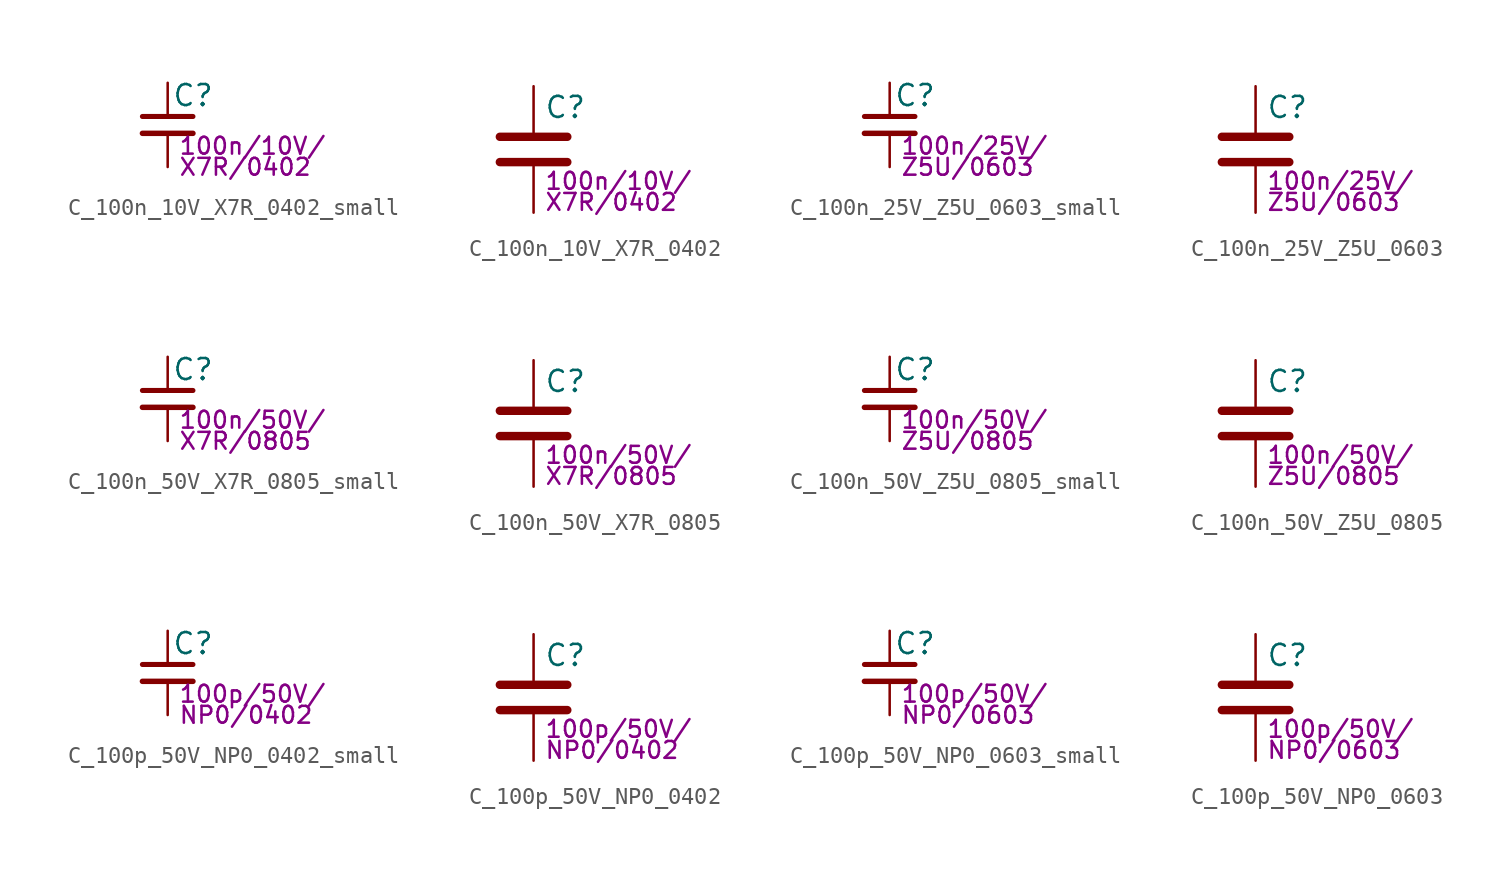
<source format=kicad_sym>
(kicad_symbol_lib
  (version 20211014)
  (generator kicad_symbol_editor)
  (symbol "C_100n_10V_X7R_0402_small"
    (pin_numbers hide)
    (pin_names
      (offset 0.254) hide)
    (property "Reference" "C"
      (at 0.254 1.778 0)
      (effects (font (size 1.27 1.27)) (justify left)))
    (property "Params" "100n/10V/"
      (at 0.635 -1.27 0)
      (effects (font (size 1.016 1.016)) (justify left)))
    (property "Params2" "X7R/0402"
      (at 0.635 -2.54 0)
      (effects (font (size 1.016 1.016)) (justify left)))
    (symbol "C_100n_10V_X7R_0402_small_0_1"
      (polyline (pts (xy -1.524 -0.508) (xy 1.524 -0.508)) (stroke (width 0.33) (type default) (color 0 0 0 0)) (fill (type none)))
      (polyline (pts (xy -1.524 0.508) (xy 1.524 0.508)) (stroke (width 0.305) (type default) (color 0 0 0 0)) (fill (type none))))
    (symbol "C_100n_10V_X7R_0402_small_1_1"
      (pin passive line (at 0 2.54 270) (length 2.032) (name "~" (effects (font (size 1.27 1.27)))) (number "1" (effects (font (size 1.27 1.27)))))
      (pin passive line (at 0 -2.54 90) (length 2.032) (name "~" (effects (font (size 1.27 1.27)))) (number "2" (effects (font (size 1.27 1.27)))))))
  (symbol "C_100n_10V_X7R_0402"
    (pin_numbers hide)
    (pin_names
      (offset 0.254))
    (property "Reference" "C"
      (at 0.635 2.54 0)
      (effects (font (size 1.27 1.27)) (justify left)))
    (property "Params" "100n/10V/"
      (at 0.635 -1.905 0)
      (effects (font (size 1.016 1.016)) (justify left)))
    (property "Params2" "X7R/0402"
      (at 0.635 -3.175 0)
      (effects (font (size 1.016 1.016)) (justify left)))
    (symbol "C_100n_10V_X7R_0402_0_1"
      (polyline (pts (xy -2.032 -0.762) (xy 2.032 -0.762)) (stroke (width 0.508) (type default) (color 0 0 0 0)) (fill (type none)))
      (polyline (pts (xy -2.032 0.762) (xy 2.032 0.762)) (stroke (width 0.508) (type default) (color 0 0 0 0)) (fill (type none))))
    (symbol "C_100n_10V_X7R_0402_1_1"
      (pin passive line (at 0 3.81 270) (length 2.794) (name "~" (effects (font (size 1.27 1.27)))) (number "1" (effects (font (size 1.27 1.27)))))
      (pin passive line (at 0 -3.81 90) (length 2.794) (name "~" (effects (font (size 1.27 1.27)))) (number "2" (effects (font (size 1.27 1.27)))))))
  (symbol "C_100n_25V_Z5U_0603_small"
    (pin_numbers hide)
    (pin_names
      (offset 0.254) hide)
    (property "Reference" "C"
      (at 0.254 1.778 0)
      (effects (font (size 1.27 1.27)) (justify left)))
    (property "Params" "100n/25V/"
      (at 0.635 -1.27 0)
      (effects (font (size 1.016 1.016)) (justify left)))
    (property "Params2" "Z5U/0603"
      (at 0.635 -2.54 0)
      (effects (font (size 1.016 1.016)) (justify left)))
    (symbol "C_100n_25V_Z5U_0603_small_0_1"
      (polyline (pts (xy -1.524 -0.508) (xy 1.524 -0.508)) (stroke (width 0.33) (type default) (color 0 0 0 0)) (fill (type none)))
      (polyline (pts (xy -1.524 0.508) (xy 1.524 0.508)) (stroke (width 0.305) (type default) (color 0 0 0 0)) (fill (type none))))
    (symbol "C_100n_25V_Z5U_0603_small_1_1"
      (pin passive line (at 0 2.54 270) (length 2.032) (name "~" (effects (font (size 1.27 1.27)))) (number "1" (effects (font (size 1.27 1.27)))))
      (pin passive line (at 0 -2.54 90) (length 2.032) (name "~" (effects (font (size 1.27 1.27)))) (number "2" (effects (font (size 1.27 1.27)))))))
  (symbol "C_100n_25V_Z5U_0603"
    (pin_numbers hide)
    (pin_names
      (offset 0.254))
    (property "Reference" "C"
      (at 0.635 2.54 0)
      (effects (font (size 1.27 1.27)) (justify left)))
    (property "Params" "100n/25V/"
      (at 0.635 -1.905 0)
      (effects (font (size 1.016 1.016)) (justify left)))
    (property "Params2" "Z5U/0603"
      (at 0.635 -3.175 0)
      (effects (font (size 1.016 1.016)) (justify left)))
    (symbol "C_100n_25V_Z5U_0603_0_1"
      (polyline (pts (xy -2.032 -0.762) (xy 2.032 -0.762)) (stroke (width 0.508) (type default) (color 0 0 0 0)) (fill (type none)))
      (polyline (pts (xy -2.032 0.762) (xy 2.032 0.762)) (stroke (width 0.508) (type default) (color 0 0 0 0)) (fill (type none))))
    (symbol "C_100n_25V_Z5U_0603_1_1"
      (pin passive line (at 0 3.81 270) (length 2.794) (name "~" (effects (font (size 1.27 1.27)))) (number "1" (effects (font (size 1.27 1.27)))))
      (pin passive line (at 0 -3.81 90) (length 2.794) (name "~" (effects (font (size 1.27 1.27)))) (number "2" (effects (font (size 1.27 1.27)))))))
  (symbol "C_100n_50V_X7R_0805_small"
    (pin_numbers hide)
    (pin_names
      (offset 0.254) hide)
    (property "Reference" "C"
      (at 0.254 1.778 0)
      (effects (font (size 1.27 1.27)) (justify left)))
    (property "Params" "100n/50V/"
      (at 0.635 -1.27 0)
      (effects (font (size 1.016 1.016)) (justify left)))
    (property "Params2" "X7R/0805"
      (at 0.635 -2.54 0)
      (effects (font (size 1.016 1.016)) (justify left)))
    (symbol "C_100n_50V_X7R_0805_small_0_1"
      (polyline (pts (xy -1.524 -0.508) (xy 1.524 -0.508)) (stroke (width 0.33) (type default) (color 0 0 0 0)) (fill (type none)))
      (polyline (pts (xy -1.524 0.508) (xy 1.524 0.508)) (stroke (width 0.305) (type default) (color 0 0 0 0)) (fill (type none))))
    (symbol "C_100n_50V_X7R_0805_small_1_1"
      (pin passive line (at 0 2.54 270) (length 2.032) (name "~" (effects (font (size 1.27 1.27)))) (number "1" (effects (font (size 1.27 1.27)))))
      (pin passive line (at 0 -2.54 90) (length 2.032) (name "~" (effects (font (size 1.27 1.27)))) (number "2" (effects (font (size 1.27 1.27)))))))
  (symbol "C_100n_50V_X7R_0805"
    (pin_numbers hide)
    (pin_names
      (offset 0.254))
    (property "Reference" "C"
      (at 0.635 2.54 0)
      (effects (font (size 1.27 1.27)) (justify left)))
    (property "Params" "100n/50V/"
      (at 0.635 -1.905 0)
      (effects (font (size 1.016 1.016)) (justify left)))
    (property "Params2" "X7R/0805"
      (at 0.635 -3.175 0)
      (effects (font (size 1.016 1.016)) (justify left)))
    (symbol "C_100n_50V_X7R_0805_0_1"
      (polyline (pts (xy -2.032 -0.762) (xy 2.032 -0.762)) (stroke (width 0.508) (type default) (color 0 0 0 0)) (fill (type none)))
      (polyline (pts (xy -2.032 0.762) (xy 2.032 0.762)) (stroke (width 0.508) (type default) (color 0 0 0 0)) (fill (type none))))
    (symbol "C_100n_50V_X7R_0805_1_1"
      (pin passive line (at 0 3.81 270) (length 2.794) (name "~" (effects (font (size 1.27 1.27)))) (number "1" (effects (font (size 1.27 1.27)))))
      (pin passive line (at 0 -3.81 90) (length 2.794) (name "~" (effects (font (size 1.27 1.27)))) (number "2" (effects (font (size 1.27 1.27)))))))
  (symbol "C_100n_50V_Z5U_0805_small"
    (pin_numbers hide)
    (pin_names
      (offset 0.254) hide)
    (property "Reference" "C"
      (at 0.254 1.778 0)
      (effects (font (size 1.27 1.27)) (justify left)))
    (property "Params" "100n/50V/"
      (at 0.635 -1.27 0)
      (effects (font (size 1.016 1.016)) (justify left)))
    (property "Params2" "Z5U/0805"
      (at 0.635 -2.54 0)
      (effects (font (size 1.016 1.016)) (justify left)))
    (symbol "C_100n_50V_Z5U_0805_small_0_1"
      (polyline (pts (xy -1.524 -0.508) (xy 1.524 -0.508)) (stroke (width 0.33) (type default) (color 0 0 0 0)) (fill (type none)))
      (polyline (pts (xy -1.524 0.508) (xy 1.524 0.508)) (stroke (width 0.305) (type default) (color 0 0 0 0)) (fill (type none))))
    (symbol "C_100n_50V_Z5U_0805_small_1_1"
      (pin passive line (at 0 2.54 270) (length 2.032) (name "~" (effects (font (size 1.27 1.27)))) (number "1" (effects (font (size 1.27 1.27)))))
      (pin passive line (at 0 -2.54 90) (length 2.032) (name "~" (effects (font (size 1.27 1.27)))) (number "2" (effects (font (size 1.27 1.27)))))))
  (symbol "C_100n_50V_Z5U_0805"
    (pin_numbers hide)
    (pin_names
      (offset 0.254))
    (property "Reference" "C"
      (at 0.635 2.54 0)
      (effects (font (size 1.27 1.27)) (justify left)))
    (property "Params" "100n/50V/"
      (at 0.635 -1.905 0)
      (effects (font (size 1.016 1.016)) (justify left)))
    (property "Params2" "Z5U/0805"
      (at 0.635 -3.175 0)
      (effects (font (size 1.016 1.016)) (justify left)))
    (symbol "C_100n_50V_Z5U_0805_0_1"
      (polyline (pts (xy -2.032 -0.762) (xy 2.032 -0.762)) (stroke (width 0.508) (type default) (color 0 0 0 0)) (fill (type none)))
      (polyline (pts (xy -2.032 0.762) (xy 2.032 0.762)) (stroke (width 0.508) (type default) (color 0 0 0 0)) (fill (type none))))
    (symbol "C_100n_50V_Z5U_0805_1_1"
      (pin passive line (at 0 3.81 270) (length 2.794) (name "~" (effects (font (size 1.27 1.27)))) (number "1" (effects (font (size 1.27 1.27)))))
      (pin passive line (at 0 -3.81 90) (length 2.794) (name "~" (effects (font (size 1.27 1.27)))) (number "2" (effects (font (size 1.27 1.27)))))))
  (symbol "C_100p_50V_NP0_0402_small"
    (pin_numbers hide)
    (pin_names
      (offset 0.254) hide)
    (property "Reference" "C"
      (at 0.254 1.778 0)
      (effects (font (size 1.27 1.27)) (justify left)))
    (property "Params" "100p/50V/"
      (at 0.635 -1.27 0)
      (effects (font (size 1.016 1.016)) (justify left)))
    (property "Params2" "NP0/0402"
      (at 0.635 -2.54 0)
      (effects (font (size 1.016 1.016)) (justify left)))
    (symbol "C_100p_50V_NP0_0402_small_0_1"
      (polyline (pts (xy -1.524 -0.508) (xy 1.524 -0.508)) (stroke (width 0.33) (type default) (color 0 0 0 0)) (fill (type none)))
      (polyline (pts (xy -1.524 0.508) (xy 1.524 0.508)) (stroke (width 0.305) (type default) (color 0 0 0 0)) (fill (type none))))
    (symbol "C_100p_50V_NP0_0402_small_1_1"
      (pin passive line (at 0 2.54 270) (length 2.032) (name "~" (effects (font (size 1.27 1.27)))) (number "1" (effects (font (size 1.27 1.27)))))
      (pin passive line (at 0 -2.54 90) (length 2.032) (name "~" (effects (font (size 1.27 1.27)))) (number "2" (effects (font (size 1.27 1.27)))))))
  (symbol "C_100p_50V_NP0_0402"
    (pin_numbers hide)
    (pin_names
      (offset 0.254))
    (property "Reference" "C"
      (at 0.635 2.54 0)
      (effects (font (size 1.27 1.27)) (justify left)))
    (property "Params" "100p/50V/"
      (at 0.635 -1.905 0)
      (effects (font (size 1.016 1.016)) (justify left)))
    (property "Params2" "NP0/0402"
      (at 0.635 -3.175 0)
      (effects (font (size 1.016 1.016)) (justify left)))
    (symbol "C_100p_50V_NP0_0402_0_1"
      (polyline (pts (xy -2.032 -0.762) (xy 2.032 -0.762)) (stroke (width 0.508) (type default) (color 0 0 0 0)) (fill (type none)))
      (polyline (pts (xy -2.032 0.762) (xy 2.032 0.762)) (stroke (width 0.508) (type default) (color 0 0 0 0)) (fill (type none))))
    (symbol "C_100p_50V_NP0_0402_1_1"
      (pin passive line (at 0 3.81 270) (length 2.794) (name "~" (effects (font (size 1.27 1.27)))) (number "1" (effects (font (size 1.27 1.27)))))
      (pin passive line (at 0 -3.81 90) (length 2.794) (name "~" (effects (font (size 1.27 1.27)))) (number "2" (effects (font (size 1.27 1.27)))))))
  (symbol "C_100p_50V_NP0_0603_small"
    (pin_numbers hide)
    (pin_names
      (offset 0.254) hide)
    (property "Reference" "C"
      (at 0.254 1.778 0)
      (effects (font (size 1.27 1.27)) (justify left)))
    (property "Params" "100p/50V/"
      (at 0.635 -1.27 0)
      (effects (font (size 1.016 1.016)) (justify left)))
    (property "Params2" "NP0/0603"
      (at 0.635 -2.54 0)
      (effects (font (size 1.016 1.016)) (justify left)))
    (symbol "C_100p_50V_NP0_0603_small_0_1"
      (polyline (pts (xy -1.524 -0.508) (xy 1.524 -0.508)) (stroke (width 0.33) (type default) (color 0 0 0 0)) (fill (type none)))
      (polyline (pts (xy -1.524 0.508) (xy 1.524 0.508)) (stroke (width 0.305) (type default) (color 0 0 0 0)) (fill (type none))))
    (symbol "C_100p_50V_NP0_0603_small_1_1"
      (pin passive line (at 0 2.54 270) (length 2.032) (name "~" (effects (font (size 1.27 1.27)))) (number "1" (effects (font (size 1.27 1.27)))))
      (pin passive line (at 0 -2.54 90) (length 2.032) (name "~" (effects (font (size 1.27 1.27)))) (number "2" (effects (font (size 1.27 1.27)))))))
  (symbol "C_100p_50V_NP0_0603"
    (pin_numbers hide)
    (pin_names
      (offset 0.254))
    (property "Reference" "C"
      (at 0.635 2.54 0)
      (effects (font (size 1.27 1.27)) (justify left)))
    (property "Params" "100p/50V/"
      (at 0.635 -1.905 0)
      (effects (font (size 1.016 1.016)) (justify left)))
    (property "Params2" "NP0/0603"
      (at 0.635 -3.175 0)
      (effects (font (size 1.016 1.016)) (justify left)))
    (symbol "C_100p_50V_NP0_0603_0_1"
      (polyline (pts (xy -2.032 -0.762) (xy 2.032 -0.762)) (stroke (width 0.508) (type default) (color 0 0 0 0)) (fill (type none)))
      (polyline (pts (xy -2.032 0.762) (xy 2.032 0.762)) (stroke (width 0.508) (type default) (color 0 0 0 0)) (fill (type none))))
    (symbol "C_100p_50V_NP0_0603_1_1"
      (pin passive line (at 0 3.81 270) (length 2.794) (name "~" (effects (font (size 1.27 1.27)))) (number "1" (effects (font (size 1.27 1.27)))))
      (pin passive line (at 0 -3.81 90) (length 2.794) (name "~" (effects (font (size 1.27 1.27)))) (number "2" (effects (font (size 1.27 1.27))))))))
</source>
